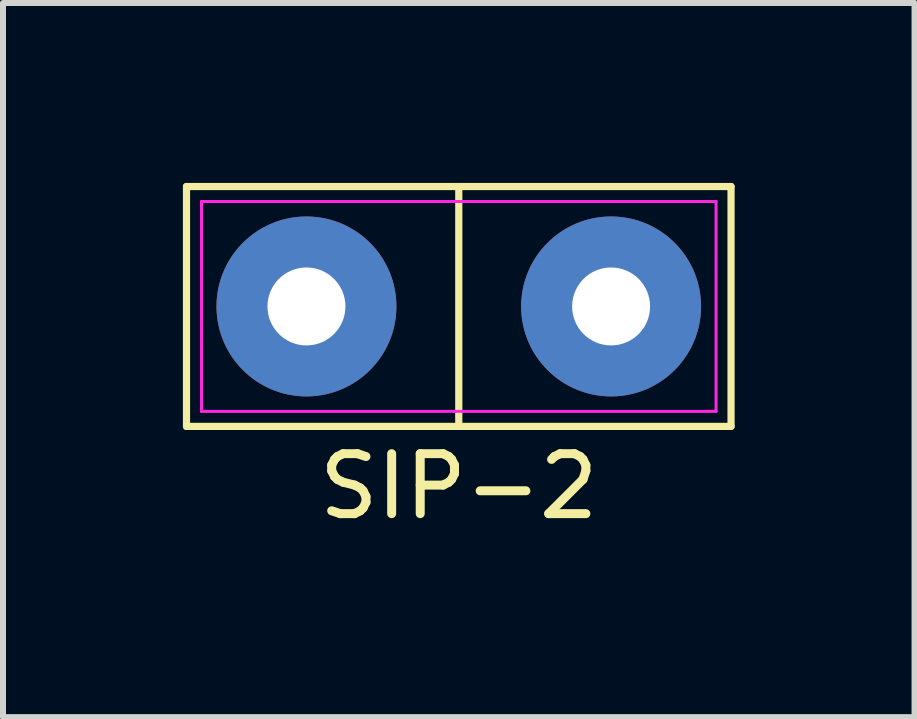
<source format=kicad_pcb>
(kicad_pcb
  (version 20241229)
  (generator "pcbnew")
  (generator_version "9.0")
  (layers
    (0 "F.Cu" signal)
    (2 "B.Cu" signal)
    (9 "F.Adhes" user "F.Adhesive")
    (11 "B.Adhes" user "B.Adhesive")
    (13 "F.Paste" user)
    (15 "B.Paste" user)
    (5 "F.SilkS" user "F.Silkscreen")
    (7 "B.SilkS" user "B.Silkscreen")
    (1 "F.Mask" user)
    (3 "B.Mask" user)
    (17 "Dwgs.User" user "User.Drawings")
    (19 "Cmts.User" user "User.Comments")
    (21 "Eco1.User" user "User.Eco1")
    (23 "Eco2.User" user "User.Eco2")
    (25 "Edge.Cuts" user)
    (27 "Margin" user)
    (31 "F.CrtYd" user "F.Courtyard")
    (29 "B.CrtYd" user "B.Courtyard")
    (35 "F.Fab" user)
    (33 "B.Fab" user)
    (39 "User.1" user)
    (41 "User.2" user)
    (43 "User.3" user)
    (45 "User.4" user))
  (footprint "SIP-2"
    (layer "F.Cu")
    (at 4.6 2.06)
    (property "Reference" "SIP-2" (at 0 3 0) (layer "F.SilkS") (effects (font (size 1 1) (thickness 0.15))))
    (fp_line (start -4.54 -2) (end 4.54 -2) (stroke (width 0.12) (type solid)) (layer "F.SilkS"))
    (fp_line (start -4.54 2) (end -4.54 -2) (stroke (width 0.12) (type solid)) (layer "F.SilkS"))
    (fp_line (start 0 -2) (end 0 2) (stroke (width 0.12) (type solid)) (layer "F.SilkS"))
    (fp_line (start 4.54 -2) (end 4.54 2) (stroke (width 0.12) (type solid)) (layer "F.SilkS"))
    (fp_line (start 4.54 2) (end -4.54 2) (stroke (width 0.12) (type solid)) (layer "F.SilkS"))
    (fp_line (start -4.29 -1.75) (end 4.29 -1.75) (stroke (width 0.05) (type solid)) (layer "F.CrtYd"))
    (fp_line (start -4.29 1.75) (end -4.29 -1.75) (stroke (width 0.05) (type solid)) (layer "F.CrtYd"))
    (fp_line (start 4.29 -1.75) (end 4.29 1.75) (stroke (width 0.05) (type solid)) (layer "F.CrtYd"))
    (fp_line (start 4.29 1.75) (end -4.29 1.75) (stroke (width 0.05) (type solid)) (layer "F.CrtYd"))
    (pad "1" thru_hole circle (at -2.54 0) (size 3 3) (drill 1.3) (layers "*.Cu" "*.Mask"))
    (pad "2" thru_hole circle (at 2.54 0) (size 3 3) (drill 1.3) (layers "*.Cu" "*.Mask")))
  (gr_rect
    (start -3 -3)
    (end 12.2 8.908)
    (stroke (width 0.1) (type default))
    (fill no)
    (layer "Edge.Cuts")))
</source>
